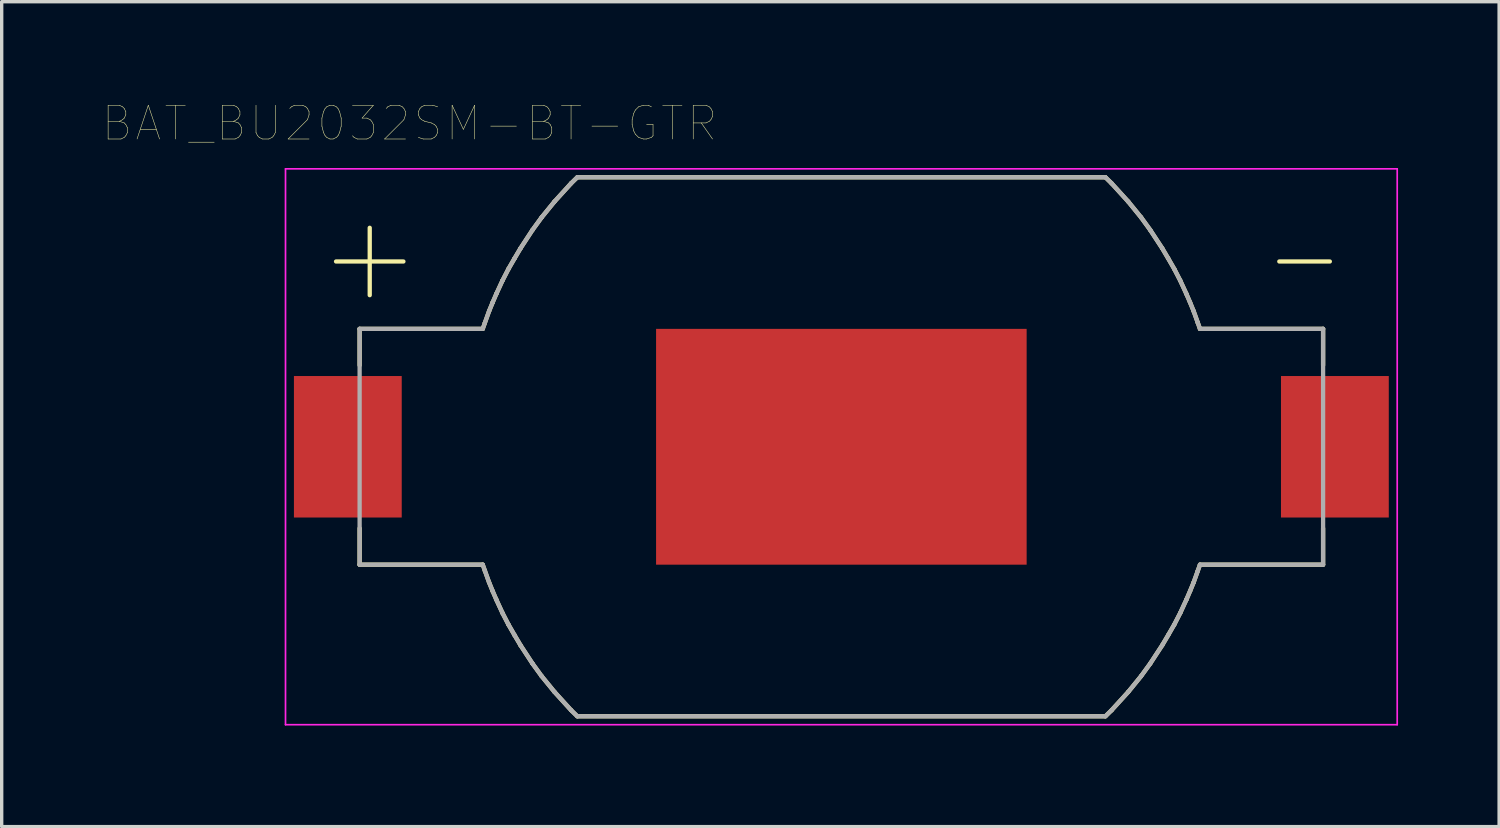
<source format=kicad_pcb>
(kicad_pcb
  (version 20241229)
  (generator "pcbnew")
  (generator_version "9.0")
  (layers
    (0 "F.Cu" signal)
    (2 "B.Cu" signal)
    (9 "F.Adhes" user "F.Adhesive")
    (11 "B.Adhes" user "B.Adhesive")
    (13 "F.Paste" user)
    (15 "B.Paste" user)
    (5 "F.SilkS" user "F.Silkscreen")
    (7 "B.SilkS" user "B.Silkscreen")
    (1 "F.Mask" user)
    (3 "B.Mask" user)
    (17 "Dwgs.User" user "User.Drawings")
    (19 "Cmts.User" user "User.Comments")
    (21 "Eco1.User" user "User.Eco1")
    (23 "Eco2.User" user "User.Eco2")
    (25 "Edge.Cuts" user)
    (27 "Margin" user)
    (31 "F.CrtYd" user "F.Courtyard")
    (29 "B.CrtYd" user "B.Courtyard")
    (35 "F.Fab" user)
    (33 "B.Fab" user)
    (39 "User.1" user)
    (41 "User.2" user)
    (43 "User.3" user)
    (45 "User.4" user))
  (footprint "BAT_BU2032SM-BT-GTR"
    (layer "F.Cu")
    (at 21.925 10.212)
    (property "Reference" "BAT_BU2032SM-BT-GTR" (at -12.819 -9.599 0) (layer "F.SilkS") (effects (font (size 1.002 1.002) (thickness 0.015))))
    (attr through_hole)
    (fp_poly (pts (xy -5.5 -3.5) (xy 5.5 -3.5) (xy 5.5 3.5) (xy -5.5 3.5)) (stroke (width 0.0001) (type solid)) (fill yes) (layer "F.Cu"))
    (fp_poly (pts (xy -5.6 -3.6) (xy 5.6 -3.6) (xy 5.6 3.6) (xy -5.6 3.6)) (stroke (width 0.0001) (type solid)) (fill yes) (layer "F.Mask"))
    (fp_line (start -15 -5.5) (end -13 -5.5) (stroke (width 0.127) (type solid)) (layer "F.SilkS"))
    (fp_line (start -14.3 -3.5) (end -10.645 -3.5) (stroke (width 0.127) (type solid)) (layer "F.SilkS"))
    (fp_line (start -14.3 -2.42) (end -14.3 -3.5) (stroke (width 0.127) (type solid)) (layer "F.SilkS"))
    (fp_line (start -14.3 2.42) (end -14.3 3.5) (stroke (width 0.127) (type solid)) (layer "F.SilkS"))
    (fp_line (start -14.3 3.5) (end -10.645 3.5) (stroke (width 0.127) (type solid)) (layer "F.SilkS"))
    (fp_line (start -14 -6.5) (end -14 -4.5) (stroke (width 0.127) (type solid)) (layer "F.SilkS"))
    (fp_line (start -10.645 -3.5) (end -10.581 -3.681) (stroke (width 0.127) (type solid)) (layer "F.SilkS"))
    (fp_line (start -10.645 3.5) (end -10.581 3.681) (stroke (width 0.127) (type solid)) (layer "F.SilkS"))
    (fp_line (start -10.581 -3.681) (end -10.458 -4.024) (stroke (width 0.127) (type solid)) (layer "F.SilkS"))
    (fp_line (start -10.581 3.681) (end -10.458 4.024) (stroke (width 0.127) (type solid)) (layer "F.SilkS"))
    (fp_line (start -10.458 -4.024) (end -10.35 -4.287) (stroke (width 0.127) (type solid)) (layer "F.SilkS"))
    (fp_line (start -10.458 4.024) (end -10.35 4.287) (stroke (width 0.127) (type solid)) (layer "F.SilkS"))
    (fp_line (start -10.35 -4.287) (end -10.242 -4.538) (stroke (width 0.127) (type solid)) (layer "F.SilkS"))
    (fp_line (start -10.35 4.287) (end -10.242 4.538) (stroke (width 0.127) (type solid)) (layer "F.SilkS"))
    (fp_line (start -10.242 -4.538) (end -10.058 -4.937) (stroke (width 0.127) (type solid)) (layer "F.SilkS"))
    (fp_line (start -10.242 4.538) (end -10.058 4.937) (stroke (width 0.127) (type solid)) (layer "F.SilkS"))
    (fp_line (start -10.058 -4.937) (end -9.88 -5.282) (stroke (width 0.127) (type solid)) (layer "F.SilkS"))
    (fp_line (start -10.058 4.937) (end -9.88 5.282) (stroke (width 0.127) (type solid)) (layer "F.SilkS"))
    (fp_line (start -9.88 -5.282) (end -9.7 -5.594) (stroke (width 0.127) (type solid)) (layer "F.SilkS"))
    (fp_line (start -9.88 5.282) (end -9.7 5.594) (stroke (width 0.127) (type solid)) (layer "F.SilkS"))
    (fp_line (start -9.7 -5.594) (end -9.524 -5.892) (stroke (width 0.127) (type solid)) (layer "F.SilkS"))
    (fp_line (start -9.7 5.594) (end -9.524 5.892) (stroke (width 0.127) (type solid)) (layer "F.SilkS"))
    (fp_line (start -9.524 -5.892) (end -9.168 -6.436) (stroke (width 0.127) (type solid)) (layer "F.SilkS"))
    (fp_line (start -9.524 5.892) (end -9.168 6.436) (stroke (width 0.127) (type solid)) (layer "F.SilkS"))
    (fp_line (start -9.168 -6.436) (end -8.897 -6.809) (stroke (width 0.127) (type solid)) (layer "F.SilkS"))
    (fp_line (start -9.168 6.436) (end -8.897 6.809) (stroke (width 0.127) (type solid)) (layer "F.SilkS"))
    (fp_line (start -8.897 -6.809) (end -8.516 -7.277) (stroke (width 0.127) (type solid)) (layer "F.SilkS"))
    (fp_line (start -8.897 6.809) (end -8.516 7.277) (stroke (width 0.127) (type solid)) (layer "F.SilkS"))
    (fp_line (start -8.516 -7.277) (end -8.022 -7.82) (stroke (width 0.127) (type solid)) (layer "F.SilkS"))
    (fp_line (start -8.516 7.277) (end -8.022 7.82) (stroke (width 0.127) (type solid)) (layer "F.SilkS"))
    (fp_line (start -8.022 -7.82) (end -7.838 -8) (stroke (width 0.127) (type solid)) (layer "F.SilkS"))
    (fp_line (start -8.022 7.82) (end -7.838 8) (stroke (width 0.127) (type solid)) (layer "F.SilkS"))
    (fp_line (start -7.835 -8) (end 7.835 -8) (stroke (width 0.127) (type solid)) (layer "F.SilkS"))
    (fp_line (start -7.835 8) (end 7.835 8) (stroke (width 0.127) (type solid)) (layer "F.SilkS"))
    (fp_line (start 8.022 -7.82) (end 7.838 -8) (stroke (width 0.127) (type solid)) (layer "F.SilkS"))
    (fp_line (start 8.022 7.82) (end 7.838 8) (stroke (width 0.127) (type solid)) (layer "F.SilkS"))
    (fp_line (start 8.516 -7.277) (end 8.022 -7.82) (stroke (width 0.127) (type solid)) (layer "F.SilkS"))
    (fp_line (start 8.516 7.277) (end 8.022 7.82) (stroke (width 0.127) (type solid)) (layer "F.SilkS"))
    (fp_line (start 8.897 -6.809) (end 8.516 -7.277) (stroke (width 0.127) (type solid)) (layer "F.SilkS"))
    (fp_line (start 8.897 6.809) (end 8.516 7.277) (stroke (width 0.127) (type solid)) (layer "F.SilkS"))
    (fp_line (start 9.168 -6.436) (end 8.897 -6.809) (stroke (width 0.127) (type solid)) (layer "F.SilkS"))
    (fp_line (start 9.168 6.436) (end 8.897 6.809) (stroke (width 0.127) (type solid)) (layer "F.SilkS"))
    (fp_line (start 9.524 -5.892) (end 9.168 -6.436) (stroke (width 0.127) (type solid)) (layer "F.SilkS"))
    (fp_line (start 9.524 5.892) (end 9.168 6.436) (stroke (width 0.127) (type solid)) (layer "F.SilkS"))
    (fp_line (start 9.7 -5.594) (end 9.524 -5.892) (stroke (width 0.127) (type solid)) (layer "F.SilkS"))
    (fp_line (start 9.7 5.594) (end 9.524 5.892) (stroke (width 0.127) (type solid)) (layer "F.SilkS"))
    (fp_line (start 9.88 -5.282) (end 9.7 -5.594) (stroke (width 0.127) (type solid)) (layer "F.SilkS"))
    (fp_line (start 9.88 5.282) (end 9.7 5.594) (stroke (width 0.127) (type solid)) (layer "F.SilkS"))
    (fp_line (start 10.058 -4.937) (end 9.88 -5.282) (stroke (width 0.127) (type solid)) (layer "F.SilkS"))
    (fp_line (start 10.058 4.937) (end 9.88 5.282) (stroke (width 0.127) (type solid)) (layer "F.SilkS"))
    (fp_line (start 10.242 -4.538) (end 10.058 -4.937) (stroke (width 0.127) (type solid)) (layer "F.SilkS"))
    (fp_line (start 10.242 4.538) (end 10.058 4.937) (stroke (width 0.127) (type solid)) (layer "F.SilkS"))
    (fp_line (start 10.35 -4.287) (end 10.242 -4.538) (stroke (width 0.127) (type solid)) (layer "F.SilkS"))
    (fp_line (start 10.35 4.287) (end 10.242 4.538) (stroke (width 0.127) (type solid)) (layer "F.SilkS"))
    (fp_line (start 10.458 -4.024) (end 10.35 -4.287) (stroke (width 0.127) (type solid)) (layer "F.SilkS"))
    (fp_line (start 10.458 4.024) (end 10.35 4.287) (stroke (width 0.127) (type solid)) (layer "F.SilkS"))
    (fp_line (start 10.581 -3.681) (end 10.458 -4.024) (stroke (width 0.127) (type solid)) (layer "F.SilkS"))
    (fp_line (start 10.581 3.681) (end 10.458 4.024) (stroke (width 0.127) (type solid)) (layer "F.SilkS"))
    (fp_line (start 10.645 -3.5) (end 10.581 -3.681) (stroke (width 0.127) (type solid)) (layer "F.SilkS"))
    (fp_line (start 10.645 3.5) (end 10.581 3.681) (stroke (width 0.127) (type solid)) (layer "F.SilkS"))
    (fp_line (start 13 -5.5) (end 14.5 -5.5) (stroke (width 0.127) (type solid)) (layer "F.SilkS"))
    (fp_line (start 14.3 -3.5) (end 10.645 -3.5) (stroke (width 0.127) (type solid)) (layer "F.SilkS"))
    (fp_line (start 14.3 -2.42) (end 14.3 -3.5) (stroke (width 0.127) (type solid)) (layer "F.SilkS"))
    (fp_line (start 14.3 2.42) (end 14.3 3.5) (stroke (width 0.127) (type solid)) (layer "F.SilkS"))
    (fp_line (start 14.3 3.5) (end 10.645 3.5) (stroke (width 0.127) (type solid)) (layer "F.SilkS"))
    (fp_line (start -16.5 -8.25) (end -16.5 8.25) (stroke (width 0.05) (type solid)) (layer "F.CrtYd"))
    (fp_line (start -16.5 8.25) (end 16.5 8.25) (stroke (width 0.05) (type solid)) (layer "F.CrtYd"))
    (fp_line (start 16.5 -8.25) (end -16.5 -8.25) (stroke (width 0.05) (type solid)) (layer "F.CrtYd"))
    (fp_line (start 16.5 8.25) (end 16.5 -8.25) (stroke (width 0.05) (type solid)) (layer "F.CrtYd"))
    (fp_line (start -14.3 -3.5) (end -10.645 -3.5) (stroke (width 0.127) (type solid)) (layer "F.Fab"))
    (fp_line (start -14.3 3.5) (end -14.3 -3.5) (stroke (width 0.127) (type solid)) (layer "F.Fab"))
    (fp_line (start -14.3 3.5) (end -10.645 3.5) (stroke (width 0.127) (type solid)) (layer "F.Fab"))
    (fp_line (start -10.645 -3.5) (end -10.581 -3.681) (stroke (width 0.127) (type solid)) (layer "F.Fab"))
    (fp_line (start -10.645 3.5) (end -10.581 3.681) (stroke (width 0.127) (type solid)) (layer "F.Fab"))
    (fp_line (start -10.581 -3.681) (end -10.458 -4.024) (stroke (width 0.127) (type solid)) (layer "F.Fab"))
    (fp_line (start -10.581 3.681) (end -10.458 4.024) (stroke (width 0.127) (type solid)) (layer "F.Fab"))
    (fp_line (start -10.458 -4.024) (end -10.35 -4.287) (stroke (width 0.127) (type solid)) (layer "F.Fab"))
    (fp_line (start -10.458 4.024) (end -10.35 4.287) (stroke (width 0.127) (type solid)) (layer "F.Fab"))
    (fp_line (start -10.35 -4.287) (end -10.242 -4.538) (stroke (width 0.127) (type solid)) (layer "F.Fab"))
    (fp_line (start -10.35 4.287) (end -10.242 4.538) (stroke (width 0.127) (type solid)) (layer "F.Fab"))
    (fp_line (start -10.242 -4.538) (end -10.058 -4.937) (stroke (width 0.127) (type solid)) (layer "F.Fab"))
    (fp_line (start -10.242 4.538) (end -10.058 4.937) (stroke (width 0.127) (type solid)) (layer "F.Fab"))
    (fp_line (start -10.058 -4.937) (end -9.88 -5.282) (stroke (width 0.127) (type solid)) (layer "F.Fab"))
    (fp_line (start -10.058 4.937) (end -9.88 5.282) (stroke (width 0.127) (type solid)) (layer "F.Fab"))
    (fp_line (start -9.88 -5.282) (end -9.7 -5.594) (stroke (width 0.127) (type solid)) (layer "F.Fab"))
    (fp_line (start -9.88 5.282) (end -9.7 5.594) (stroke (width 0.127) (type solid)) (layer "F.Fab"))
    (fp_line (start -9.7 -5.594) (end -9.524 -5.892) (stroke (width 0.127) (type solid)) (layer "F.Fab"))
    (fp_line (start -9.7 5.594) (end -9.524 5.892) (stroke (width 0.127) (type solid)) (layer "F.Fab"))
    (fp_line (start -9.524 -5.892) (end -9.168 -6.436) (stroke (width 0.127) (type solid)) (layer "F.Fab"))
    (fp_line (start -9.524 5.892) (end -9.168 6.436) (stroke (width 0.127) (type solid)) (layer "F.Fab"))
    (fp_line (start -9.168 -6.436) (end -8.897 -6.809) (stroke (width 0.127) (type solid)) (layer "F.Fab"))
    (fp_line (start -9.168 6.436) (end -8.897 6.809) (stroke (width 0.127) (type solid)) (layer "F.Fab"))
    (fp_line (start -8.897 -6.809) (end -8.516 -7.277) (stroke (width 0.127) (type solid)) (layer "F.Fab"))
    (fp_line (start -8.897 6.809) (end -8.516 7.277) (stroke (width 0.127) (type solid)) (layer "F.Fab"))
    (fp_line (start -8.516 -7.277) (end -8.022 -7.82) (stroke (width 0.127) (type solid)) (layer "F.Fab"))
    (fp_line (start -8.516 7.277) (end -8.022 7.82) (stroke (width 0.127) (type solid)) (layer "F.Fab"))
    (fp_line (start -8.022 -7.82) (end -7.838 -8) (stroke (width 0.127) (type solid)) (layer "F.Fab"))
    (fp_line (start -8.022 7.82) (end -7.838 8) (stroke (width 0.127) (type solid)) (layer "F.Fab"))
    (fp_line (start -7.835 -8) (end 7.835 -8) (stroke (width 0.127) (type solid)) (layer "F.Fab"))
    (fp_line (start -7.835 8) (end 7.835 8) (stroke (width 0.127) (type solid)) (layer "F.Fab"))
    (fp_line (start 8.022 -7.82) (end 7.838 -8) (stroke (width 0.127) (type solid)) (layer "F.Fab"))
    (fp_line (start 8.022 7.82) (end 7.838 8) (stroke (width 0.127) (type solid)) (layer "F.Fab"))
    (fp_line (start 8.516 -7.277) (end 8.022 -7.82) (stroke (width 0.127) (type solid)) (layer "F.Fab"))
    (fp_line (start 8.516 7.277) (end 8.022 7.82) (stroke (width 0.127) (type solid)) (layer "F.Fab"))
    (fp_line (start 8.897 -6.809) (end 8.516 -7.277) (stroke (width 0.127) (type solid)) (layer "F.Fab"))
    (fp_line (start 8.897 6.809) (end 8.516 7.277) (stroke (width 0.127) (type solid)) (layer "F.Fab"))
    (fp_line (start 9.168 -6.436) (end 8.897 -6.809) (stroke (width 0.127) (type solid)) (layer "F.Fab"))
    (fp_line (start 9.168 6.436) (end 8.897 6.809) (stroke (width 0.127) (type solid)) (layer "F.Fab"))
    (fp_line (start 9.524 -5.892) (end 9.168 -6.436) (stroke (width 0.127) (type solid)) (layer "F.Fab"))
    (fp_line (start 9.524 5.892) (end 9.168 6.436) (stroke (width 0.127) (type solid)) (layer "F.Fab"))
    (fp_line (start 9.7 -5.594) (end 9.524 -5.892) (stroke (width 0.127) (type solid)) (layer "F.Fab"))
    (fp_line (start 9.7 5.594) (end 9.524 5.892) (stroke (width 0.127) (type solid)) (layer "F.Fab"))
    (fp_line (start 9.88 -5.282) (end 9.7 -5.594) (stroke (width 0.127) (type solid)) (layer "F.Fab"))
    (fp_line (start 9.88 5.282) (end 9.7 5.594) (stroke (width 0.127) (type solid)) (layer "F.Fab"))
    (fp_line (start 10.058 -4.937) (end 9.88 -5.282) (stroke (width 0.127) (type solid)) (layer "F.Fab"))
    (fp_line (start 10.058 4.937) (end 9.88 5.282) (stroke (width 0.127) (type solid)) (layer "F.Fab"))
    (fp_line (start 10.242 -4.538) (end 10.058 -4.937) (stroke (width 0.127) (type solid)) (layer "F.Fab"))
    (fp_line (start 10.242 4.538) (end 10.058 4.937) (stroke (width 0.127) (type solid)) (layer "F.Fab"))
    (fp_line (start 10.35 -4.287) (end 10.242 -4.538) (stroke (width 0.127) (type solid)) (layer "F.Fab"))
    (fp_line (start 10.35 4.287) (end 10.242 4.538) (stroke (width 0.127) (type solid)) (layer "F.Fab"))
    (fp_line (start 10.458 -4.024) (end 10.35 -4.287) (stroke (width 0.127) (type solid)) (layer "F.Fab"))
    (fp_line (start 10.458 4.024) (end 10.35 4.287) (stroke (width 0.127) (type solid)) (layer "F.Fab"))
    (fp_line (start 10.581 -3.681) (end 10.458 -4.024) (stroke (width 0.127) (type solid)) (layer "F.Fab"))
    (fp_line (start 10.581 3.681) (end 10.458 4.024) (stroke (width 0.127) (type solid)) (layer "F.Fab"))
    (fp_line (start 10.645 -3.5) (end 10.581 -3.681) (stroke (width 0.127) (type solid)) (layer "F.Fab"))
    (fp_line (start 10.645 3.5) (end 10.581 3.681) (stroke (width 0.127) (type solid)) (layer "F.Fab"))
    (fp_line (start 14.3 -3.5) (end 10.645 -3.5) (stroke (width 0.127) (type solid)) (layer "F.Fab"))
    (fp_line (start 14.3 3.5) (end 10.645 3.5) (stroke (width 0.127) (type solid)) (layer "F.Fab"))
    (fp_line (start 14.3 3.5) (end 14.3 -3.5) (stroke (width 0.127) (type solid)) (layer "F.Fab"))
    (pad "+" smd rect (at -14.65 0) (size 3.2 4.2) (layers "F.Cu" "F.Mask" "F.Paste"))
    (pad "-" smd rect (at 14.65 0) (size 3.2 4.2) (layers "F.Cu" "F.Mask" "F.Paste")))
  (gr_rect
    (start -3 -3)
    (end 41.45 21.487)
    (stroke (width 0.1) (type default))
    (fill no)
    (layer "Edge.Cuts")))
</source>
